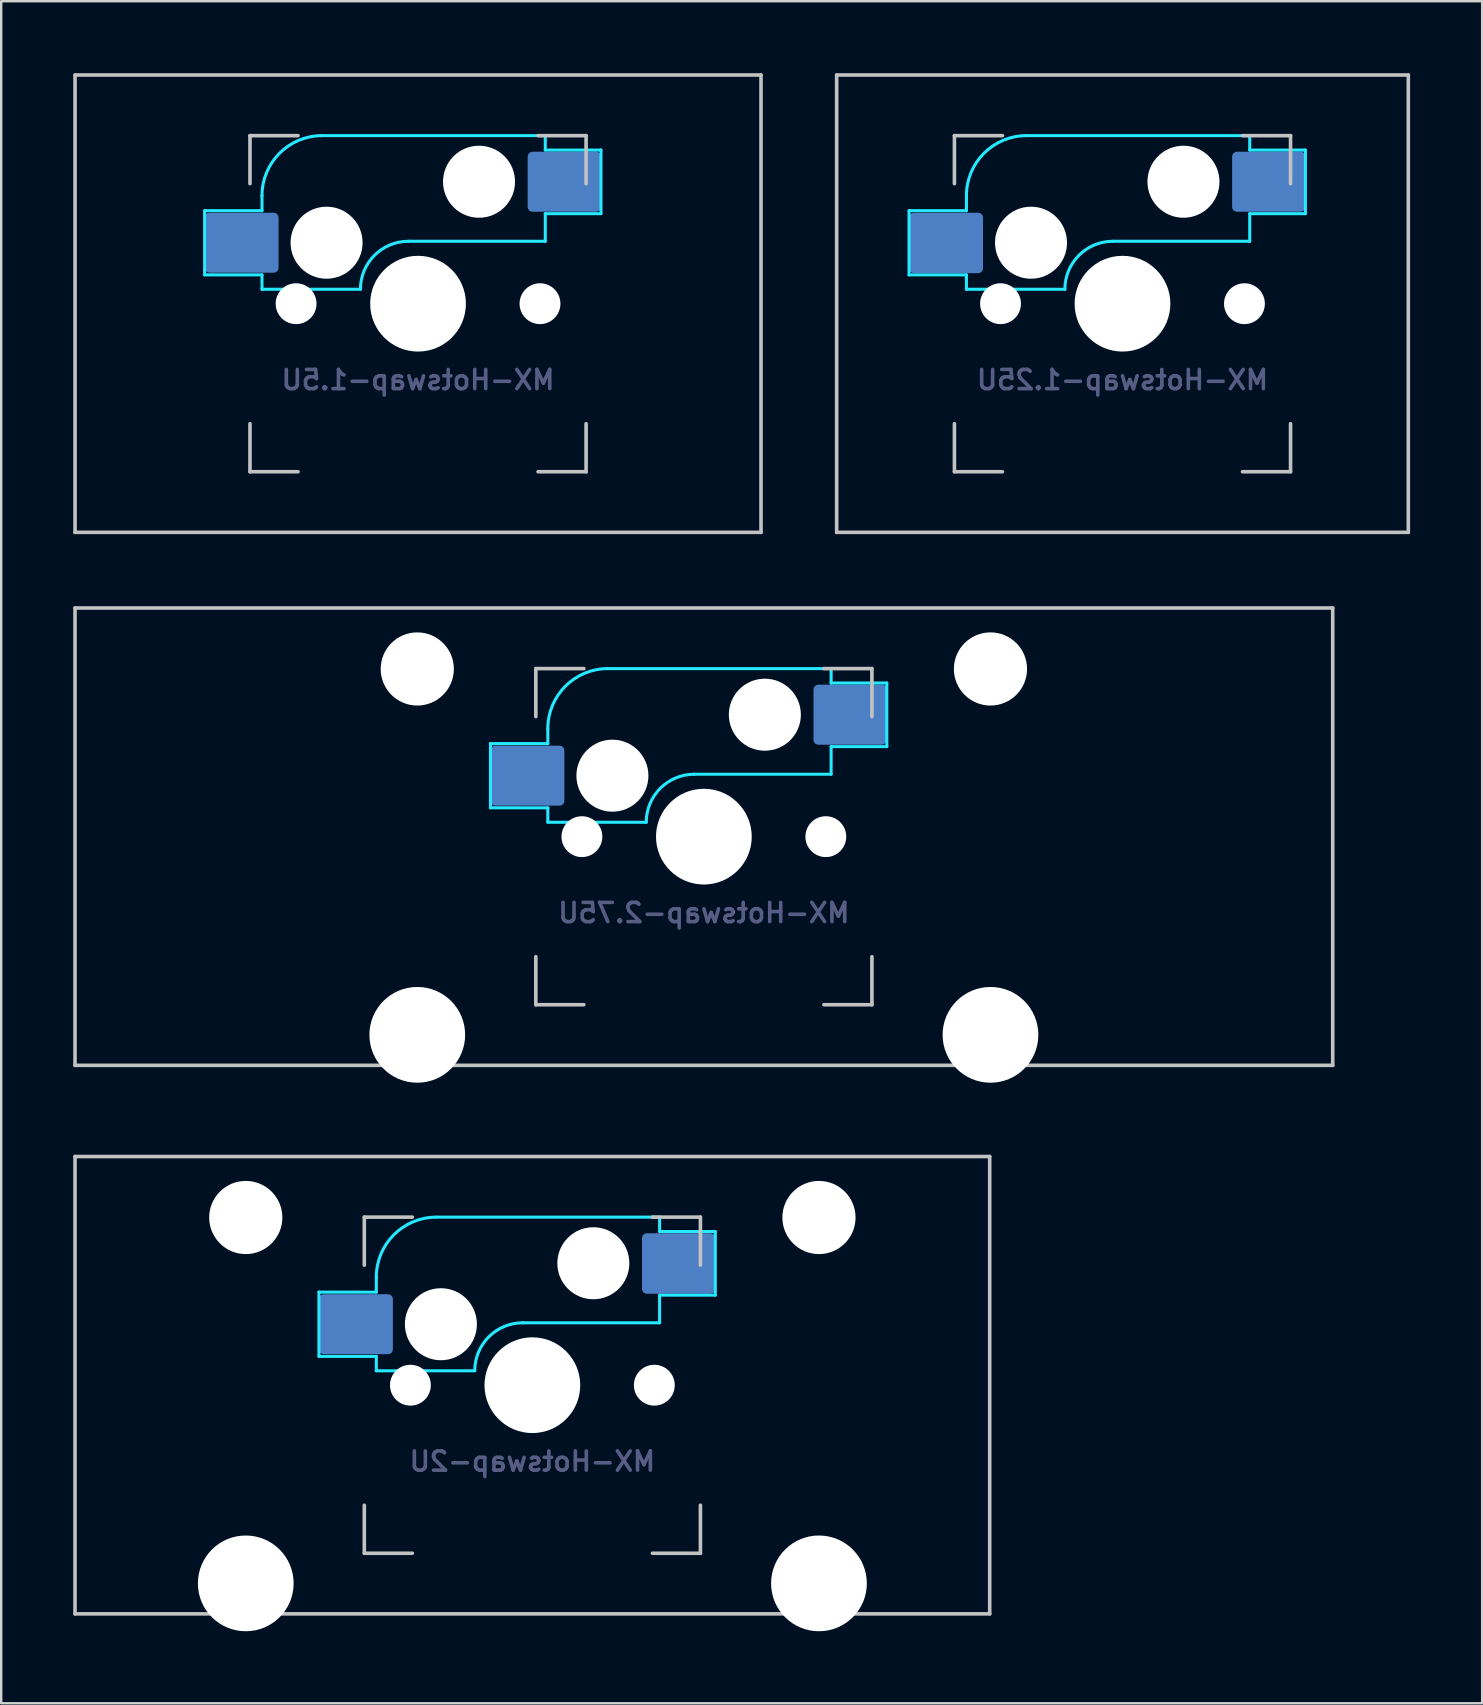
<source format=kicad_pcb>
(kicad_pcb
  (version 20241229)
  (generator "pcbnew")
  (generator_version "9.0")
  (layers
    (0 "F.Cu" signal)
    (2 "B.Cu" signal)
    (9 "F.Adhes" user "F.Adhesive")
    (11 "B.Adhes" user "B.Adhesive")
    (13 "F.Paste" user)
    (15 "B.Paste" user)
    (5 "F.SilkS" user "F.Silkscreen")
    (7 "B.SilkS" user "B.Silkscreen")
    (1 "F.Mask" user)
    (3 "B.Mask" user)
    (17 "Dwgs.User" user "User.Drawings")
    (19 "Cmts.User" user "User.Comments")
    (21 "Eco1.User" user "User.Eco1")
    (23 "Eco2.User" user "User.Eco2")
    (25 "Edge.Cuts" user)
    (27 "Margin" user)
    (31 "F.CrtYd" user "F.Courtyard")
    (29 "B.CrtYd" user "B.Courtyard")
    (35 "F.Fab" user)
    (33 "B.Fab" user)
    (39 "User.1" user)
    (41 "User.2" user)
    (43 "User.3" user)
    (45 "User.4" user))
  (footprint "MX-Hotswap-2.75U"
    (layer "F.Cu")
    (at 26.269 31.8)
    (property "Reference" "MX-Hotswap-2.75U" (at 0 3.175 0) (layer "B.Fab") (effects (font (size 0.8 0.8) (thickness 0.15)) (justify mirror)))
    (attr smd)
    (fp_line (start -26.194 9.525) (end -26.194 -9.525) (stroke (width 0.15) (type solid)) (layer "Dwgs.User"))
    (fp_line (start -7 -7) (end -7 -5) (stroke (width 0.15) (type solid)) (layer "Dwgs.User"))
    (fp_line (start -7 5) (end -7 7) (stroke (width 0.15) (type solid)) (layer "Dwgs.User"))
    (fp_line (start -7 7) (end -5 7) (stroke (width 0.15) (type solid)) (layer "Dwgs.User"))
    (fp_line (start -5 -7) (end -7 -7) (stroke (width 0.15) (type solid)) (layer "Dwgs.User"))
    (fp_line (start 5 -7) (end 7 -7) (stroke (width 0.15) (type solid)) (layer "Dwgs.User"))
    (fp_line (start 5 7) (end 7 7) (stroke (width 0.15) (type solid)) (layer "Dwgs.User"))
    (fp_line (start 7 -7) (end 7 -5) (stroke (width 0.15) (type solid)) (layer "Dwgs.User"))
    (fp_line (start 7 7) (end 7 5) (stroke (width 0.15) (type solid)) (layer "Dwgs.User"))
    (fp_line (start 26.194 -9.525) (end -26.194 -9.525) (stroke (width 0.15) (type solid)) (layer "Dwgs.User"))
    (fp_line (start 26.194 9.525) (end -26.194 9.525) (stroke (width 0.15) (type solid)) (layer "Dwgs.User"))
    (fp_line (start 26.194 9.525) (end 26.194 -9.525) (stroke (width 0.15) (type solid)) (layer "Dwgs.User"))
    (fp_line (start -8.89 -3.877) (end -8.89 -1.202) (stroke (width 0.127) (type solid)) (layer "B.CrtYd"))
    (fp_line (start -8.89 -1.202) (end -6.5 -1.2) (stroke (width 0.127) (type solid)) (layer "B.CrtYd"))
    (fp_line (start -6.5 -4.5) (end -6.5 -3.875) (stroke (width 0.127) (type solid)) (layer "B.CrtYd"))
    (fp_line (start -6.5 -3.875) (end -8.89 -3.877) (stroke (width 0.127) (type solid)) (layer "B.CrtYd"))
    (fp_line (start -6.5 -0.6) (end -6.5 -1.2) (stroke (width 0.127) (type solid)) (layer "B.CrtYd"))
    (fp_line (start -6.5 -0.6) (end -2.4 -0.6) (stroke (width 0.127) (type solid)) (layer "B.CrtYd"))
    (fp_line (start -0.4 -2.6) (end 5.3 -2.6) (stroke (width 0.127) (type solid)) (layer "B.CrtYd"))
    (fp_line (start 5.3 -7) (end -4 -7) (stroke (width 0.127) (type solid)) (layer "B.CrtYd"))
    (fp_line (start 5.3 -7) (end 5.3 -6.4) (stroke (width 0.127) (type solid)) (layer "B.CrtYd"))
    (fp_line (start 5.3 -6.4) (end 7.62 -6.4) (stroke (width 0.127) (type solid)) (layer "B.CrtYd"))
    (fp_line (start 5.3 -2.6) (end 5.3 -3.75) (stroke (width 0.127) (type solid)) (layer "B.CrtYd"))
    (fp_line (start 7.62 -6.4) (end 7.62 -3.75) (stroke (width 0.127) (type solid)) (layer "B.CrtYd"))
    (fp_line (start 7.62 -3.75) (end 5.3 -3.75) (stroke (width 0.127) (type solid)) (layer "B.CrtYd"))
    (fp_arc (start -6.5 -4.5) (mid -5.767767 -6.267767) (end -4 -7) (stroke (width 0.127) (type solid)) (layer "B.CrtYd"))
    (fp_arc (start -2.4 -0.6) (mid -1.814214 -2.014214) (end -0.4 -2.6) (stroke (width 0.127) (type solid)) (layer "B.CrtYd"))
    (pad "" np_thru_hole circle (at -11.938 -6.985) (size 3.048 3.048) (drill 3.048) (layers "*.Cu" "*.Mask"))
    (pad "" np_thru_hole circle (at -11.938 8.255) (size 3.988 3.988) (drill 3.988) (layers "*.Cu" "*.Mask"))
    (pad "" np_thru_hole circle (at -5.08 0 48.099) (size 1.702 1.702) (drill 1.702) (layers "*.Cu" "*.Mask"))
    (pad "" np_thru_hole circle (at -3.81 -2.54) (size 3 3) (drill 3) (layers "*.Cu" "*.Mask"))
    (pad "" np_thru_hole circle (at 0 0) (size 3.988 3.988) (drill 3.988) (layers "*.Cu" "*.Mask"))
    (pad "" np_thru_hole circle (at 2.54 -5.08) (size 3 3) (drill 3) (layers "*.Cu" "*.Mask"))
    (pad "" np_thru_hole circle (at 5.08 0 48.099) (size 1.702 1.702) (drill 1.702) (layers "*.Cu" "*.Mask"))
    (pad "" np_thru_hole circle (at 11.938 -6.985) (size 3.048 3.048) (drill 3.048) (layers "*.Cu" "*.Mask"))
    (pad "" np_thru_hole circle (at 11.938 8.255) (size 3.988 3.988) (drill 3.988) (layers "*.Cu" "*.Mask"))
    (pad "1" smd roundrect (at -7.35 -2.54) (size 3.08 2.5) (layers "B.Cu" "B.Mask" "B.Paste") (roundrect_rratio 0.08))
    (pad "2" smd roundrect (at 6.093 -5.08) (size 3.053 2.5) (layers "B.Cu" "B.Mask" "B.Paste") (roundrect_rratio 0.08)))
  (footprint "MX-Hotswap-1.5U"
    (layer "F.Cu")
    (at 14.363 9.6)
    (property "Reference" "MX-Hotswap-1.5U" (at 0 3.175 0) (layer "B.Fab") (effects (font (size 0.8 0.8) (thickness 0.15)) (justify mirror)))
    (attr smd)
    (fp_line (start -14.287 9.525) (end -14.287 -9.525) (stroke (width 0.15) (type solid)) (layer "Dwgs.User"))
    (fp_line (start -7 -7) (end -7 -5) (stroke (width 0.15) (type solid)) (layer "Dwgs.User"))
    (fp_line (start -7 5) (end -7 7) (stroke (width 0.15) (type solid)) (layer "Dwgs.User"))
    (fp_line (start -7 7) (end -5 7) (stroke (width 0.15) (type solid)) (layer "Dwgs.User"))
    (fp_line (start -5 -7) (end -7 -7) (stroke (width 0.15) (type solid)) (layer "Dwgs.User"))
    (fp_line (start 5 -7) (end 7 -7) (stroke (width 0.15) (type solid)) (layer "Dwgs.User"))
    (fp_line (start 5 7) (end 7 7) (stroke (width 0.15) (type solid)) (layer "Dwgs.User"))
    (fp_line (start 7 -7) (end 7 -5) (stroke (width 0.15) (type solid)) (layer "Dwgs.User"))
    (fp_line (start 7 7) (end 7 5) (stroke (width 0.15) (type solid)) (layer "Dwgs.User"))
    (fp_line (start 14.287 -9.525) (end -14.287 -9.525) (stroke (width 0.15) (type solid)) (layer "Dwgs.User"))
    (fp_line (start 14.287 9.525) (end -14.287 9.525) (stroke (width 0.15) (type solid)) (layer "Dwgs.User"))
    (fp_line (start 14.287 9.525) (end 14.287 -9.525) (stroke (width 0.15) (type solid)) (layer "Dwgs.User"))
    (fp_line (start -8.89 -3.875) (end -8.89 -1.2) (stroke (width 0.127) (type solid)) (layer "B.CrtYd"))
    (fp_line (start -8.89 -1.2) (end -6.5 -1.2) (stroke (width 0.127) (type solid)) (layer "B.CrtYd"))
    (fp_line (start -6.5 -4.5) (end -6.5 -3.875) (stroke (width 0.127) (type solid)) (layer "B.CrtYd"))
    (fp_line (start -6.5 -3.875) (end -8.89 -3.875) (stroke (width 0.127) (type solid)) (layer "B.CrtYd"))
    (fp_line (start -6.5 -0.6) (end -6.5 -1.2) (stroke (width 0.127) (type solid)) (layer "B.CrtYd"))
    (fp_line (start -6.5 -0.6) (end -2.4 -0.6) (stroke (width 0.127) (type solid)) (layer "B.CrtYd"))
    (fp_line (start -0.4 -2.6) (end 5.3 -2.6) (stroke (width 0.127) (type solid)) (layer "B.CrtYd"))
    (fp_line (start 5.3 -7) (end -4 -7) (stroke (width 0.127) (type solid)) (layer "B.CrtYd"))
    (fp_line (start 5.3 -7) (end 5.3 -6.4) (stroke (width 0.127) (type solid)) (layer "B.CrtYd"))
    (fp_line (start 5.3 -6.4) (end 7.62 -6.4) (stroke (width 0.127) (type solid)) (layer "B.CrtYd"))
    (fp_line (start 5.3 -2.6) (end 5.3 -3.75) (stroke (width 0.127) (type solid)) (layer "B.CrtYd"))
    (fp_line (start 7.62 -6.4) (end 7.62 -3.75) (stroke (width 0.127) (type solid)) (layer "B.CrtYd"))
    (fp_line (start 7.62 -3.75) (end 5.3 -3.75) (stroke (width 0.127) (type solid)) (layer "B.CrtYd"))
    (fp_arc (start -6.5 -4.5) (mid -5.767767 -6.267767) (end -4 -7) (stroke (width 0.127) (type solid)) (layer "B.CrtYd"))
    (fp_arc (start -2.4 -0.6) (mid -1.814214 -2.014214) (end -0.4 -2.6) (stroke (width 0.127) (type solid)) (layer "B.CrtYd"))
    (pad "" np_thru_hole circle (at -5.08 0 48.099) (size 1.702 1.702) (drill 1.702) (layers "*.Cu" "*.Mask"))
    (pad "" np_thru_hole circle (at -3.81 -2.54) (size 3 3) (drill 3) (layers "*.Cu" "*.Mask"))
    (pad "" np_thru_hole circle (at 0 0) (size 3.988 3.988) (drill 3.988) (layers "*.Cu" "*.Mask"))
    (pad "" np_thru_hole circle (at 2.54 -5.08) (size 3 3) (drill 3) (layers "*.Cu" "*.Mask"))
    (pad "" np_thru_hole circle (at 5.08 0 48.099) (size 1.702 1.702) (drill 1.702) (layers "*.Cu" "*.Mask"))
    (pad "1" smd roundrect (at -7.35 -2.54) (size 3.08 2.5) (layers "B.Cu" "B.Mask" "B.Paste") (roundrect_rratio 0.08))
    (pad "2" smd roundrect (at 6.093 -5.08) (size 3.053 2.5) (layers "B.Cu" "B.Mask" "B.Paste") (roundrect_rratio 0.08)))
  (footprint "MX-Hotswap-1.25U"
    (layer "F.Cu")
    (at 43.706 9.6)
    (property "Reference" "MX-Hotswap-1.25U" (at 0 3.175 0) (layer "B.Fab") (effects (font (size 0.8 0.8) (thickness 0.15)) (justify mirror)))
    (attr smd)
    (fp_line (start -11.906 9.525) (end -11.906 -9.525) (stroke (width 0.15) (type solid)) (layer "Dwgs.User"))
    (fp_line (start -7 -7) (end -7 -5) (stroke (width 0.15) (type solid)) (layer "Dwgs.User"))
    (fp_line (start -7 5) (end -7 7) (stroke (width 0.15) (type solid)) (layer "Dwgs.User"))
    (fp_line (start -7 7) (end -5 7) (stroke (width 0.15) (type solid)) (layer "Dwgs.User"))
    (fp_line (start -5 -7) (end -7 -7) (stroke (width 0.15) (type solid)) (layer "Dwgs.User"))
    (fp_line (start 5 -7) (end 7 -7) (stroke (width 0.15) (type solid)) (layer "Dwgs.User"))
    (fp_line (start 5 7) (end 7 7) (stroke (width 0.15) (type solid)) (layer "Dwgs.User"))
    (fp_line (start 7 -7) (end 7 -5) (stroke (width 0.15) (type solid)) (layer "Dwgs.User"))
    (fp_line (start 7 7) (end 7 5) (stroke (width 0.15) (type solid)) (layer "Dwgs.User"))
    (fp_line (start 11.906 -9.525) (end -11.906 -9.525) (stroke (width 0.15) (type solid)) (layer "Dwgs.User"))
    (fp_line (start 11.906 9.525) (end -11.906 9.525) (stroke (width 0.15) (type solid)) (layer "Dwgs.User"))
    (fp_line (start 11.906 9.525) (end 11.906 -9.525) (stroke (width 0.15) (type solid)) (layer "Dwgs.User"))
    (fp_line (start -8.89 -3.875) (end -8.89 -1.2) (stroke (width 0.127) (type solid)) (layer "B.CrtYd"))
    (fp_line (start -8.89 -1.2) (end -6.5 -1.2) (stroke (width 0.127) (type solid)) (layer "B.CrtYd"))
    (fp_line (start -6.5 -4.5) (end -6.5 -3.875) (stroke (width 0.127) (type solid)) (layer "B.CrtYd"))
    (fp_line (start -6.5 -3.875) (end -8.89 -3.875) (stroke (width 0.127) (type solid)) (layer "B.CrtYd"))
    (fp_line (start -6.5 -0.6) (end -6.5 -1.2) (stroke (width 0.127) (type solid)) (layer "B.CrtYd"))
    (fp_line (start -6.5 -0.6) (end -2.4 -0.6) (stroke (width 0.127) (type solid)) (layer "B.CrtYd"))
    (fp_line (start -0.4 -2.6) (end 5.3 -2.6) (stroke (width 0.127) (type solid)) (layer "B.CrtYd"))
    (fp_line (start 5.3 -7) (end -4 -7) (stroke (width 0.127) (type solid)) (layer "B.CrtYd"))
    (fp_line (start 5.3 -7) (end 5.3 -6.4) (stroke (width 0.127) (type solid)) (layer "B.CrtYd"))
    (fp_line (start 5.3 -6.4) (end 7.62 -6.4) (stroke (width 0.127) (type solid)) (layer "B.CrtYd"))
    (fp_line (start 5.3 -2.6) (end 5.3 -3.75) (stroke (width 0.127) (type solid)) (layer "B.CrtYd"))
    (fp_line (start 7.62 -6.4) (end 7.62 -3.75) (stroke (width 0.127) (type solid)) (layer "B.CrtYd"))
    (fp_line (start 7.62 -3.75) (end 5.3 -3.75) (stroke (width 0.127) (type solid)) (layer "B.CrtYd"))
    (fp_arc (start -6.5 -4.5) (mid -5.767767 -6.267767) (end -4 -7) (stroke (width 0.127) (type solid)) (layer "B.CrtYd"))
    (fp_arc (start -2.4 -0.6) (mid -1.814214 -2.014214) (end -0.4 -2.6) (stroke (width 0.127) (type solid)) (layer "B.CrtYd"))
    (pad "" np_thru_hole circle (at -5.08 0 48.099) (size 1.702 1.702) (drill 1.702) (layers "*.Cu" "*.Mask"))
    (pad "" np_thru_hole circle (at -3.81 -2.54) (size 3 3) (drill 3) (layers "*.Cu" "*.Mask"))
    (pad "" np_thru_hole circle (at 0 0) (size 3.988 3.988) (drill 3.988) (layers "*.Cu" "*.Mask"))
    (pad "" np_thru_hole circle (at 2.54 -5.08) (size 3 3) (drill 3) (layers "*.Cu" "*.Mask"))
    (pad "" np_thru_hole circle (at 5.08 0 48.099) (size 1.702 1.702) (drill 1.702) (layers "*.Cu" "*.Mask"))
    (pad "1" smd roundrect (at -7.35 -2.53) (size 3.08 2.52) (layers "B.Cu" "B.Mask" "B.Paste") (roundrect_rratio 0.08))
    (pad "2" smd roundrect (at 6.093 -5.08) (size 3.053 2.5) (layers "B.Cu" "B.Mask" "B.Paste") (roundrect_rratio 0.08)))
  (footprint "MX-Hotswap-2U"
    (layer "F.Cu")
    (at 19.125 54.649)
    (property "Reference" "MX-Hotswap-2U" (at 0 3.175 0) (layer "B.Fab") (effects (font (size 0.8 0.8) (thickness 0.15)) (justify mirror)))
    (attr smd)
    (fp_line (start -19.05 9.525) (end -19.05 -9.525) (stroke (width 0.15) (type solid)) (layer "Dwgs.User"))
    (fp_line (start -7 -7) (end -7 -5) (stroke (width 0.15) (type solid)) (layer "Dwgs.User"))
    (fp_line (start -7 5) (end -7 7) (stroke (width 0.15) (type solid)) (layer "Dwgs.User"))
    (fp_line (start -7 7) (end -5 7) (stroke (width 0.15) (type solid)) (layer "Dwgs.User"))
    (fp_line (start -5 -7) (end -7 -7) (stroke (width 0.15) (type solid)) (layer "Dwgs.User"))
    (fp_line (start 5 -7) (end 7 -7) (stroke (width 0.15) (type solid)) (layer "Dwgs.User"))
    (fp_line (start 5 7) (end 7 7) (stroke (width 0.15) (type solid)) (layer "Dwgs.User"))
    (fp_line (start 7 -7) (end 7 -5) (stroke (width 0.15) (type solid)) (layer "Dwgs.User"))
    (fp_line (start 7 7) (end 7 5) (stroke (width 0.15) (type solid)) (layer "Dwgs.User"))
    (fp_line (start 19.05 -9.525) (end -19.05 -9.525) (stroke (width 0.15) (type solid)) (layer "Dwgs.User"))
    (fp_line (start 19.05 9.525) (end -19.05 9.525) (stroke (width 0.15) (type solid)) (layer "Dwgs.User"))
    (fp_line (start 19.05 9.525) (end 19.05 -9.525) (stroke (width 0.15) (type solid)) (layer "Dwgs.User"))
    (fp_line (start -8.89 -3.877) (end -8.89 -1.202) (stroke (width 0.127) (type solid)) (layer "B.CrtYd"))
    (fp_line (start -8.89 -1.2) (end -6.5 -1.2) (stroke (width 0.127) (type solid)) (layer "B.CrtYd"))
    (fp_line (start -6.5 -4.5) (end -6.5 -3.875) (stroke (width 0.127) (type solid)) (layer "B.CrtYd"))
    (fp_line (start -6.5 -3.875) (end -8.89 -3.877) (stroke (width 0.127) (type solid)) (layer "B.CrtYd"))
    (fp_line (start -6.5 -0.6) (end -6.5 -1.2) (stroke (width 0.127) (type solid)) (layer "B.CrtYd"))
    (fp_line (start -6.5 -0.6) (end -2.4 -0.6) (stroke (width 0.127) (type solid)) (layer "B.CrtYd"))
    (fp_line (start -0.4 -2.6) (end 5.3 -2.6) (stroke (width 0.127) (type solid)) (layer "B.CrtYd"))
    (fp_line (start 5.3 -7) (end -4 -7) (stroke (width 0.127) (type solid)) (layer "B.CrtYd"))
    (fp_line (start 5.3 -7) (end 5.3 -6.4) (stroke (width 0.127) (type solid)) (layer "B.CrtYd"))
    (fp_line (start 5.3 -6.4) (end 7.62 -6.4) (stroke (width 0.127) (type solid)) (layer "B.CrtYd"))
    (fp_line (start 5.3 -2.6) (end 5.3 -3.75) (stroke (width 0.127) (type solid)) (layer "B.CrtYd"))
    (fp_line (start 7.62 -6.4) (end 7.62 -3.75) (stroke (width 0.127) (type solid)) (layer "B.CrtYd"))
    (fp_line (start 7.62 -3.75) (end 5.3 -3.75) (stroke (width 0.127) (type solid)) (layer "B.CrtYd"))
    (fp_arc (start -6.5 -4.5) (mid -5.767767 -6.267767) (end -4 -7) (stroke (width 0.127) (type solid)) (layer "B.CrtYd"))
    (fp_arc (start -2.4 -0.6) (mid -1.814214 -2.014214) (end -0.4 -2.6) (stroke (width 0.127) (type solid)) (layer "B.CrtYd"))
    (pad "" np_thru_hole circle (at -11.938 -6.985) (size 3.048 3.048) (drill 3.048) (layers "*.Cu" "*.Mask"))
    (pad "" np_thru_hole circle (at -11.938 8.255) (size 3.988 3.988) (drill 3.988) (layers "*.Cu" "*.Mask"))
    (pad "" np_thru_hole circle (at -5.08 0 48.099) (size 1.702 1.702) (drill 1.702) (layers "*.Cu" "*.Mask"))
    (pad "" np_thru_hole circle (at -3.81 -2.54) (size 3 3) (drill 3) (layers "*.Cu" "*.Mask"))
    (pad "" np_thru_hole circle (at 0 0) (size 3.988 3.988) (drill 3.988) (layers "*.Cu" "*.Mask"))
    (pad "" np_thru_hole circle (at 2.54 -5.08) (size 3 3) (drill 3) (layers "*.Cu" "*.Mask"))
    (pad "" np_thru_hole circle (at 5.08 0 48.099) (size 1.702 1.702) (drill 1.702) (layers "*.Cu" "*.Mask"))
    (pad "" np_thru_hole circle (at 11.938 -6.985) (size 3.048 3.048) (drill 3.048) (layers "*.Cu" "*.Mask"))
    (pad "" np_thru_hole circle (at 11.938 8.255) (size 3.988 3.988) (drill 3.988) (layers "*.Cu" "*.Mask"))
    (pad "1" smd roundrect (at -7.35 -2.54) (size 3.08 2.5) (layers "B.Cu" "B.Mask" "B.Paste") (roundrect_rratio 0.08))
    (pad "2" smd roundrect (at 6.093 -5.07) (size 3.053 2.52) (layers "B.Cu" "B.Mask" "B.Paste") (roundrect_rratio 0.08)))
  (gr_rect
    (start -3 -3)
    (end 58.688 67.898)
    (stroke (width 0.1) (type default))
    (fill no)
    (layer "Edge.Cuts")))
</source>
